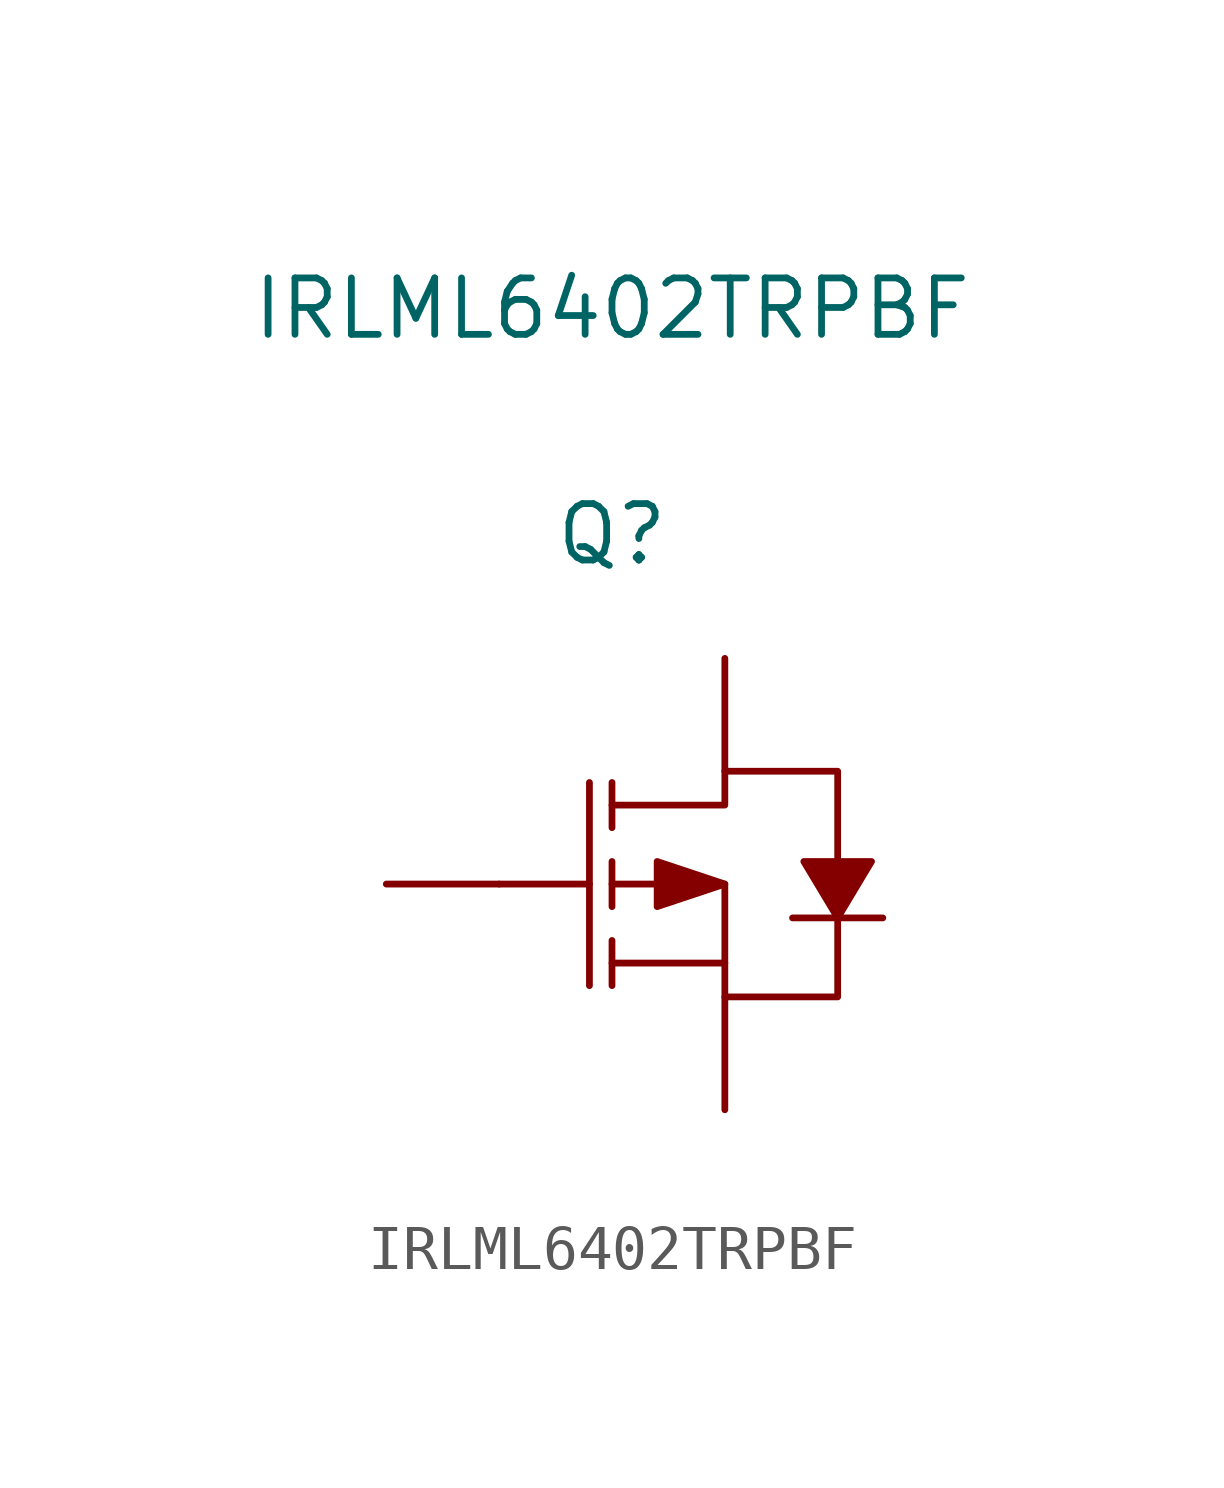
<source format=kicad_sym>
(kicad_symbol_lib
  (version 20231120)
  (generator "kicad_symbol_editor")
  (generator_version "8.0")
  (symbol "IRLML6402TRPBF"
    (pin_numbers hide)
    (pin_names
      (offset 1.016) hide)
    (property "Reference" "Q"
      (at 0 7.874 0)
      (effects (font (size 1.27 1.27))))
    (property "Value" "IRLML6402TRPBF"
      (at 0 12.954 0)
      (effects (font (size 1.27 1.27))))
    (symbol "IRLML6402TRPBF_1_1"
      (polyline (pts (xy -2.54 0) (xy -0.508 0)) (stroke (width 0.152) (type solid)) (fill (type none)))
      (polyline (pts (xy -0.508 2.286) (xy -0.508 -2.286)) (stroke (width 0.152) (type solid)) (fill (type none)))
      (polyline (pts (xy 0 -2.286) (xy 0 -1.27)) (stroke (width 0.152) (type solid)) (fill (type none)))
      (polyline (pts (xy 0 -0.508) (xy 0 0.508)) (stroke (width 0.152) (type solid)) (fill (type none)))
      (polyline (pts (xy 0 2.286) (xy 0 1.27)) (stroke (width 0.152) (type solid)) (fill (type none)))
      (polyline (pts (xy 2.54 -1.778) (xy 0 -1.778)) (stroke (width 0.152) (type solid)) (fill (type none)))
      (polyline (pts (xy 2.54 0) (xy 1.016 0.508) (xy 1.016 -0.508) (xy 2.54 0)) (stroke (width 0.152) (type solid)) (fill (type outline)))
      (polyline (pts (xy 4.064 -0.762) (xy 4.572 -0.762) (xy 5.588 -0.762) (xy 6.096 -0.762)) (stroke (width 0.152) (type solid)) (fill (type none)))
      (polyline (pts (xy 5.08 -0.762) (xy 5.842 0.508) (xy 4.318 0.508) (xy 5.08 -0.762)) (stroke (width 0.152) (type solid)) (fill (type outline)))
      (polyline (pts (xy 0 0) (xy 2.54 0) (xy 2.54 -2.54) (xy 5.08 -2.54) (xy 5.08 -0.762)) (stroke (width 0.152) (type solid)) (fill (type none)))
      (polyline (pts (xy 0 1.778) (xy 2.54 1.778) (xy 2.54 2.54) (xy 5.08 2.54) (xy 5.08 0.508)) (stroke (width 0.152) (type solid)) (fill (type none)))
      (pin input line (at -5.08 0 0) (length 2.54) (name "G" (effects (font (size 1.27 1.27)))) (number "1" (effects (font (size 1.27 1.27)))))
      (pin passive line (at 2.54 -5.08 90) (length 2.54) (name "S" (effects (font (size 1.27 1.27)))) (number "2" (effects (font (size 1.27 1.27)))))
      (pin passive line (at 2.54 5.08 270) (length 2.54) (name "D" (effects (font (size 1.27 1.27)))) (number "3" (effects (font (size 1.27 1.27))))))))
</source>
